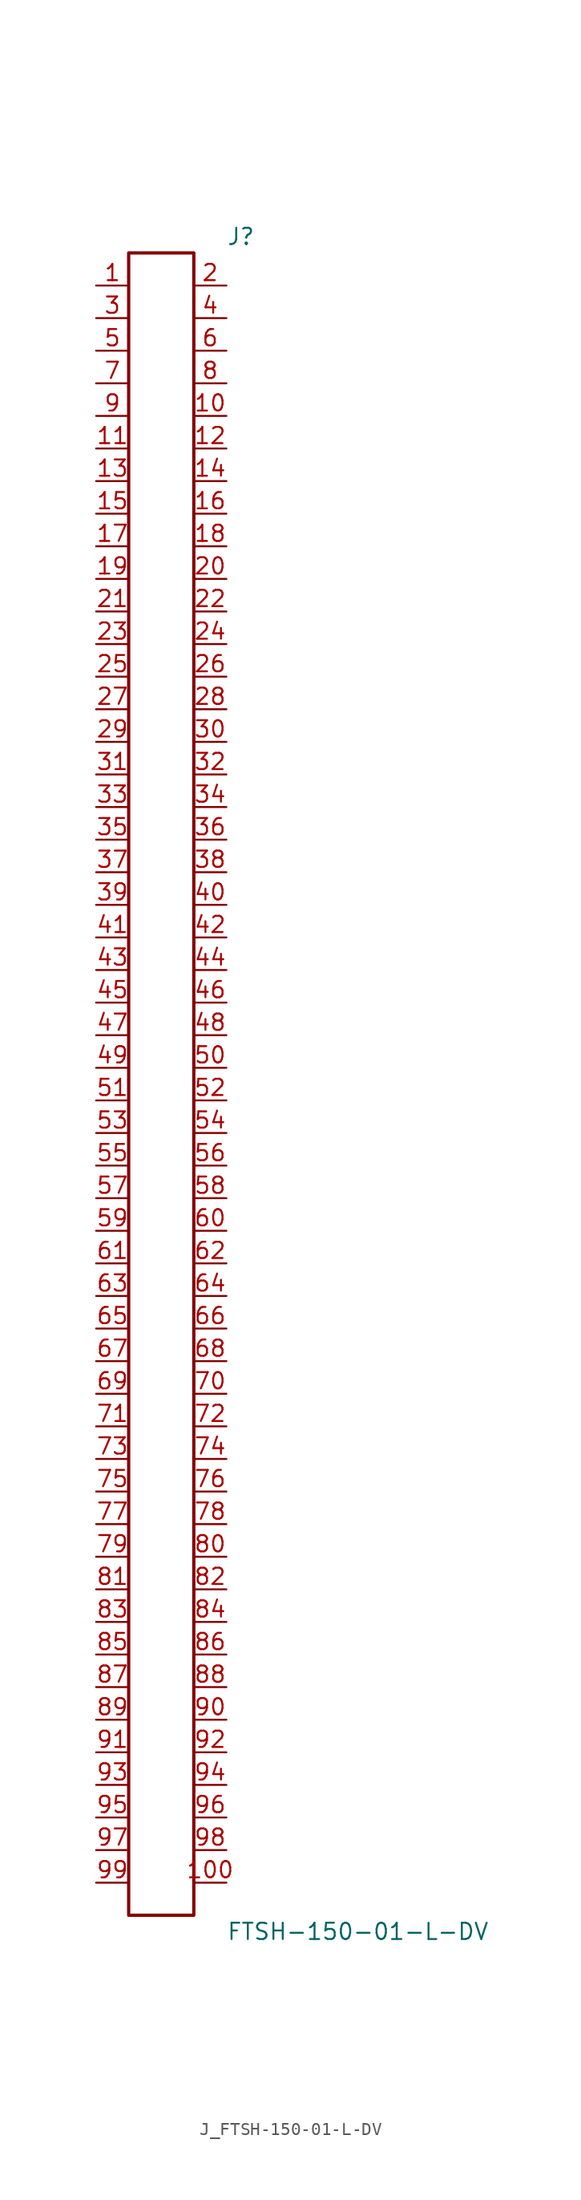
<source format=kicad_sym>
(kicad_symbol_lib
  (version 20231120)
  (generator kicad_symbol_editor)
  (generator_version 8.0)
  (symbol "J_FTSH-150-01-L-DV"
    (pin_names
      (offset 0.254))
    (property "Reference" "J"
      (at 5.08 66.04 0)
      (effects (font (size 1.27 1.27)) (justify left)))
    (property "Value" "FTSH-150-01-L-DV"
      (at 5.08 -66.04 0)
      (effects (font (size 1.27 1.27)) (justify left)))
    (symbol "J_FTSH-150-01-L-DV_0_0"
      (pin passive line (at -5.08 62.23 0) (length 2.54) (name "" (effects (font (size 1.27 1.27)))) (number "1" (effects (font (size 1.27 1.27)))))
      (pin passive line (at 5.08 62.23 180) (length 2.54) (name "" (effects (font (size 1.27 1.27)))) (number "2" (effects (font (size 1.27 1.27)))))
      (pin passive line (at -5.08 59.69 0) (length 2.54) (name "" (effects (font (size 1.27 1.27)))) (number "3" (effects (font (size 1.27 1.27)))))
      (pin passive line (at 5.08 59.69 180) (length 2.54) (name "" (effects (font (size 1.27 1.27)))) (number "4" (effects (font (size 1.27 1.27)))))
      (pin passive line (at -5.08 57.15 0) (length 2.54) (name "" (effects (font (size 1.27 1.27)))) (number "5" (effects (font (size 1.27 1.27)))))
      (pin passive line (at 5.08 57.15 180) (length 2.54) (name "" (effects (font (size 1.27 1.27)))) (number "6" (effects (font (size 1.27 1.27)))))
      (pin passive line (at -5.08 54.61 0) (length 2.54) (name "" (effects (font (size 1.27 1.27)))) (number "7" (effects (font (size 1.27 1.27)))))
      (pin passive line (at 5.08 54.61 180) (length 2.54) (name "" (effects (font (size 1.27 1.27)))) (number "8" (effects (font (size 1.27 1.27)))))
      (pin passive line (at -5.08 52.07 0) (length 2.54) (name "" (effects (font (size 1.27 1.27)))) (number "9" (effects (font (size 1.27 1.27)))))
      (pin passive line (at 5.08 52.07 180) (length 2.54) (name "" (effects (font (size 1.27 1.27)))) (number "10" (effects (font (size 1.27 1.27)))))
      (pin passive line (at -5.08 49.53 0) (length 2.54) (name "" (effects (font (size 1.27 1.27)))) (number "11" (effects (font (size 1.27 1.27)))))
      (pin passive line (at 5.08 49.53 180) (length 2.54) (name "" (effects (font (size 1.27 1.27)))) (number "12" (effects (font (size 1.27 1.27)))))
      (pin passive line (at -5.08 46.99 0) (length 2.54) (name "" (effects (font (size 1.27 1.27)))) (number "13" (effects (font (size 1.27 1.27)))))
      (pin passive line (at 5.08 46.99 180) (length 2.54) (name "" (effects (font (size 1.27 1.27)))) (number "14" (effects (font (size 1.27 1.27)))))
      (pin passive line (at -5.08 44.45 0) (length 2.54) (name "" (effects (font (size 1.27 1.27)))) (number "15" (effects (font (size 1.27 1.27)))))
      (pin passive line (at 5.08 44.45 180) (length 2.54) (name "" (effects (font (size 1.27 1.27)))) (number "16" (effects (font (size 1.27 1.27)))))
      (pin passive line (at -5.08 41.91 0) (length 2.54) (name "" (effects (font (size 1.27 1.27)))) (number "17" (effects (font (size 1.27 1.27)))))
      (pin passive line (at 5.08 41.91 180) (length 2.54) (name "" (effects (font (size 1.27 1.27)))) (number "18" (effects (font (size 1.27 1.27)))))
      (pin passive line (at -5.08 39.37 0) (length 2.54) (name "" (effects (font (size 1.27 1.27)))) (number "19" (effects (font (size 1.27 1.27)))))
      (pin passive line (at 5.08 39.37 180) (length 2.54) (name "" (effects (font (size 1.27 1.27)))) (number "20" (effects (font (size 1.27 1.27)))))
      (pin passive line (at -5.08 36.83 0) (length 2.54) (name "" (effects (font (size 1.27 1.27)))) (number "21" (effects (font (size 1.27 1.27)))))
      (pin passive line (at 5.08 36.83 180) (length 2.54) (name "" (effects (font (size 1.27 1.27)))) (number "22" (effects (font (size 1.27 1.27)))))
      (pin passive line (at -5.08 34.29 0) (length 2.54) (name "" (effects (font (size 1.27 1.27)))) (number "23" (effects (font (size 1.27 1.27)))))
      (pin passive line (at 5.08 34.29 180) (length 2.54) (name "" (effects (font (size 1.27 1.27)))) (number "24" (effects (font (size 1.27 1.27)))))
      (pin passive line (at -5.08 31.75 0) (length 2.54) (name "" (effects (font (size 1.27 1.27)))) (number "25" (effects (font (size 1.27 1.27)))))
      (pin passive line (at 5.08 31.75 180) (length 2.54) (name "" (effects (font (size 1.27 1.27)))) (number "26" (effects (font (size 1.27 1.27)))))
      (pin passive line (at -5.08 29.21 0) (length 2.54) (name "" (effects (font (size 1.27 1.27)))) (number "27" (effects (font (size 1.27 1.27)))))
      (pin passive line (at 5.08 29.21 180) (length 2.54) (name "" (effects (font (size 1.27 1.27)))) (number "28" (effects (font (size 1.27 1.27)))))
      (pin passive line (at -5.08 26.67 0) (length 2.54) (name "" (effects (font (size 1.27 1.27)))) (number "29" (effects (font (size 1.27 1.27)))))
      (pin passive line (at 5.08 26.67 180) (length 2.54) (name "" (effects (font (size 1.27 1.27)))) (number "30" (effects (font (size 1.27 1.27)))))
      (pin passive line (at -5.08 24.13 0) (length 2.54) (name "" (effects (font (size 1.27 1.27)))) (number "31" (effects (font (size 1.27 1.27)))))
      (pin passive line (at 5.08 24.13 180) (length 2.54) (name "" (effects (font (size 1.27 1.27)))) (number "32" (effects (font (size 1.27 1.27)))))
      (pin passive line (at -5.08 21.59 0) (length 2.54) (name "" (effects (font (size 1.27 1.27)))) (number "33" (effects (font (size 1.27 1.27)))))
      (pin passive line (at 5.08 21.59 180) (length 2.54) (name "" (effects (font (size 1.27 1.27)))) (number "34" (effects (font (size 1.27 1.27)))))
      (pin passive line (at -5.08 19.05 0) (length 2.54) (name "" (effects (font (size 1.27 1.27)))) (number "35" (effects (font (size 1.27 1.27)))))
      (pin passive line (at 5.08 19.05 180) (length 2.54) (name "" (effects (font (size 1.27 1.27)))) (number "36" (effects (font (size 1.27 1.27)))))
      (pin passive line (at -5.08 16.51 0) (length 2.54) (name "" (effects (font (size 1.27 1.27)))) (number "37" (effects (font (size 1.27 1.27)))))
      (pin passive line (at 5.08 16.51 180) (length 2.54) (name "" (effects (font (size 1.27 1.27)))) (number "38" (effects (font (size 1.27 1.27)))))
      (pin passive line (at -5.08 13.97 0) (length 2.54) (name "" (effects (font (size 1.27 1.27)))) (number "39" (effects (font (size 1.27 1.27)))))
      (pin passive line (at 5.08 13.97 180) (length 2.54) (name "" (effects (font (size 1.27 1.27)))) (number "40" (effects (font (size 1.27 1.27)))))
      (pin passive line (at -5.08 11.43 0) (length 2.54) (name "" (effects (font (size 1.27 1.27)))) (number "41" (effects (font (size 1.27 1.27)))))
      (pin passive line (at 5.08 11.43 180) (length 2.54) (name "" (effects (font (size 1.27 1.27)))) (number "42" (effects (font (size 1.27 1.27)))))
      (pin passive line (at -5.08 8.89 0) (length 2.54) (name "" (effects (font (size 1.27 1.27)))) (number "43" (effects (font (size 1.27 1.27)))))
      (pin passive line (at 5.08 8.89 180) (length 2.54) (name "" (effects (font (size 1.27 1.27)))) (number "44" (effects (font (size 1.27 1.27)))))
      (pin passive line (at -5.08 6.35 0) (length 2.54) (name "" (effects (font (size 1.27 1.27)))) (number "45" (effects (font (size 1.27 1.27)))))
      (pin passive line (at 5.08 6.35 180) (length 2.54) (name "" (effects (font (size 1.27 1.27)))) (number "46" (effects (font (size 1.27 1.27)))))
      (pin passive line (at -5.08 3.81 0) (length 2.54) (name "" (effects (font (size 1.27 1.27)))) (number "47" (effects (font (size 1.27 1.27)))))
      (pin passive line (at 5.08 3.81 180) (length 2.54) (name "" (effects (font (size 1.27 1.27)))) (number "48" (effects (font (size 1.27 1.27)))))
      (pin passive line (at -5.08 1.27 0) (length 2.54) (name "" (effects (font (size 1.27 1.27)))) (number "49" (effects (font (size 1.27 1.27)))))
      (pin passive line (at 5.08 1.27 180) (length 2.54) (name "" (effects (font (size 1.27 1.27)))) (number "50" (effects (font (size 1.27 1.27)))))
      (pin passive line (at -5.08 -1.27 0) (length 2.54) (name "" (effects (font (size 1.27 1.27)))) (number "51" (effects (font (size 1.27 1.27)))))
      (pin passive line (at 5.08 -1.27 180) (length 2.54) (name "" (effects (font (size 1.27 1.27)))) (number "52" (effects (font (size 1.27 1.27)))))
      (pin passive line (at -5.08 -3.81 0) (length 2.54) (name "" (effects (font (size 1.27 1.27)))) (number "53" (effects (font (size 1.27 1.27)))))
      (pin passive line (at 5.08 -3.81 180) (length 2.54) (name "" (effects (font (size 1.27 1.27)))) (number "54" (effects (font (size 1.27 1.27)))))
      (pin passive line (at -5.08 -6.35 0) (length 2.54) (name "" (effects (font (size 1.27 1.27)))) (number "55" (effects (font (size 1.27 1.27)))))
      (pin passive line (at 5.08 -6.35 180) (length 2.54) (name "" (effects (font (size 1.27 1.27)))) (number "56" (effects (font (size 1.27 1.27)))))
      (pin passive line (at -5.08 -8.89 0) (length 2.54) (name "" (effects (font (size 1.27 1.27)))) (number "57" (effects (font (size 1.27 1.27)))))
      (pin passive line (at 5.08 -8.89 180) (length 2.54) (name "" (effects (font (size 1.27 1.27)))) (number "58" (effects (font (size 1.27 1.27)))))
      (pin passive line (at -5.08 -11.43 0) (length 2.54) (name "" (effects (font (size 1.27 1.27)))) (number "59" (effects (font (size 1.27 1.27)))))
      (pin passive line (at 5.08 -11.43 180) (length 2.54) (name "" (effects (font (size 1.27 1.27)))) (number "60" (effects (font (size 1.27 1.27)))))
      (pin passive line (at -5.08 -13.97 0) (length 2.54) (name "" (effects (font (size 1.27 1.27)))) (number "61" (effects (font (size 1.27 1.27)))))
      (pin passive line (at 5.08 -13.97 180) (length 2.54) (name "" (effects (font (size 1.27 1.27)))) (number "62" (effects (font (size 1.27 1.27)))))
      (pin passive line (at -5.08 -16.51 0) (length 2.54) (name "" (effects (font (size 1.27 1.27)))) (number "63" (effects (font (size 1.27 1.27)))))
      (pin passive line (at 5.08 -16.51 180) (length 2.54) (name "" (effects (font (size 1.27 1.27)))) (number "64" (effects (font (size 1.27 1.27)))))
      (pin passive line (at -5.08 -19.05 0) (length 2.54) (name "" (effects (font (size 1.27 1.27)))) (number "65" (effects (font (size 1.27 1.27)))))
      (pin passive line (at 5.08 -19.05 180) (length 2.54) (name "" (effects (font (size 1.27 1.27)))) (number "66" (effects (font (size 1.27 1.27)))))
      (pin passive line (at -5.08 -21.59 0) (length 2.54) (name "" (effects (font (size 1.27 1.27)))) (number "67" (effects (font (size 1.27 1.27)))))
      (pin passive line (at 5.08 -21.59 180) (length 2.54) (name "" (effects (font (size 1.27 1.27)))) (number "68" (effects (font (size 1.27 1.27)))))
      (pin passive line (at -5.08 -24.13 0) (length 2.54) (name "" (effects (font (size 1.27 1.27)))) (number "69" (effects (font (size 1.27 1.27)))))
      (pin passive line (at 5.08 -24.13 180) (length 2.54) (name "" (effects (font (size 1.27 1.27)))) (number "70" (effects (font (size 1.27 1.27)))))
      (pin passive line (at -5.08 -26.67 0) (length 2.54) (name "" (effects (font (size 1.27 1.27)))) (number "71" (effects (font (size 1.27 1.27)))))
      (pin passive line (at 5.08 -26.67 180) (length 2.54) (name "" (effects (font (size 1.27 1.27)))) (number "72" (effects (font (size 1.27 1.27)))))
      (pin passive line (at -5.08 -29.21 0) (length 2.54) (name "" (effects (font (size 1.27 1.27)))) (number "73" (effects (font (size 1.27 1.27)))))
      (pin passive line (at 5.08 -29.21 180) (length 2.54) (name "" (effects (font (size 1.27 1.27)))) (number "74" (effects (font (size 1.27 1.27)))))
      (pin passive line (at -5.08 -31.75 0) (length 2.54) (name "" (effects (font (size 1.27 1.27)))) (number "75" (effects (font (size 1.27 1.27)))))
      (pin passive line (at 5.08 -31.75 180) (length 2.54) (name "" (effects (font (size 1.27 1.27)))) (number "76" (effects (font (size 1.27 1.27)))))
      (pin passive line (at -5.08 -34.29 0) (length 2.54) (name "" (effects (font (size 1.27 1.27)))) (number "77" (effects (font (size 1.27 1.27)))))
      (pin passive line (at 5.08 -34.29 180) (length 2.54) (name "" (effects (font (size 1.27 1.27)))) (number "78" (effects (font (size 1.27 1.27)))))
      (pin passive line (at -5.08 -36.83 0) (length 2.54) (name "" (effects (font (size 1.27 1.27)))) (number "79" (effects (font (size 1.27 1.27)))))
      (pin passive line (at 5.08 -36.83 180) (length 2.54) (name "" (effects (font (size 1.27 1.27)))) (number "80" (effects (font (size 1.27 1.27)))))
      (pin passive line (at -5.08 -39.37 0) (length 2.54) (name "" (effects (font (size 1.27 1.27)))) (number "81" (effects (font (size 1.27 1.27)))))
      (pin passive line (at 5.08 -39.37 180) (length 2.54) (name "" (effects (font (size 1.27 1.27)))) (number "82" (effects (font (size 1.27 1.27)))))
      (pin passive line (at -5.08 -41.91 0) (length 2.54) (name "" (effects (font (size 1.27 1.27)))) (number "83" (effects (font (size 1.27 1.27)))))
      (pin passive line (at 5.08 -41.91 180) (length 2.54) (name "" (effects (font (size 1.27 1.27)))) (number "84" (effects (font (size 1.27 1.27)))))
      (pin passive line (at -5.08 -44.45 0) (length 2.54) (name "" (effects (font (size 1.27 1.27)))) (number "85" (effects (font (size 1.27 1.27)))))
      (pin passive line (at 5.08 -44.45 180) (length 2.54) (name "" (effects (font (size 1.27 1.27)))) (number "86" (effects (font (size 1.27 1.27)))))
      (pin passive line (at -5.08 -46.99 0) (length 2.54) (name "" (effects (font (size 1.27 1.27)))) (number "87" (effects (font (size 1.27 1.27)))))
      (pin passive line (at 5.08 -46.99 180) (length 2.54) (name "" (effects (font (size 1.27 1.27)))) (number "88" (effects (font (size 1.27 1.27)))))
      (pin passive line (at -5.08 -49.53 0) (length 2.54) (name "" (effects (font (size 1.27 1.27)))) (number "89" (effects (font (size 1.27 1.27)))))
      (pin passive line (at 5.08 -49.53 180) (length 2.54) (name "" (effects (font (size 1.27 1.27)))) (number "90" (effects (font (size 1.27 1.27)))))
      (pin passive line (at -5.08 -52.07 0) (length 2.54) (name "" (effects (font (size 1.27 1.27)))) (number "91" (effects (font (size 1.27 1.27)))))
      (pin passive line (at 5.08 -52.07 180) (length 2.54) (name "" (effects (font (size 1.27 1.27)))) (number "92" (effects (font (size 1.27 1.27)))))
      (pin passive line (at -5.08 -54.61 0) (length 2.54) (name "" (effects (font (size 1.27 1.27)))) (number "93" (effects (font (size 1.27 1.27)))))
      (pin passive line (at 5.08 -54.61 180) (length 2.54) (name "" (effects (font (size 1.27 1.27)))) (number "94" (effects (font (size 1.27 1.27)))))
      (pin passive line (at -5.08 -57.15 0) (length 2.54) (name "" (effects (font (size 1.27 1.27)))) (number "95" (effects (font (size 1.27 1.27)))))
      (pin passive line (at 5.08 -57.15 180) (length 2.54) (name "" (effects (font (size 1.27 1.27)))) (number "96" (effects (font (size 1.27 1.27)))))
      (pin passive line (at -5.08 -59.69 0) (length 2.54) (name "" (effects (font (size 1.27 1.27)))) (number "97" (effects (font (size 1.27 1.27)))))
      (pin passive line (at 5.08 -59.69 180) (length 2.54) (name "" (effects (font (size 1.27 1.27)))) (number "98" (effects (font (size 1.27 1.27)))))
      (pin passive line (at -5.08 -62.23 0) (length 2.54) (name "" (effects (font (size 1.27 1.27)))) (number "99" (effects (font (size 1.27 1.27)))))
      (pin passive line (at 5.08 -62.23 180) (length 2.54) (name "" (effects (font (size 1.27 1.27)))) (number "100" (effects (font (size 1.27 1.27))))))
    (symbol "J_FTSH-150-01-L-DV_1_0"
      (rectangle (start -2.54 64.77) (end 2.54 -64.77) (stroke (width 0.254) (type solid)) (fill (type none))))))
</source>
